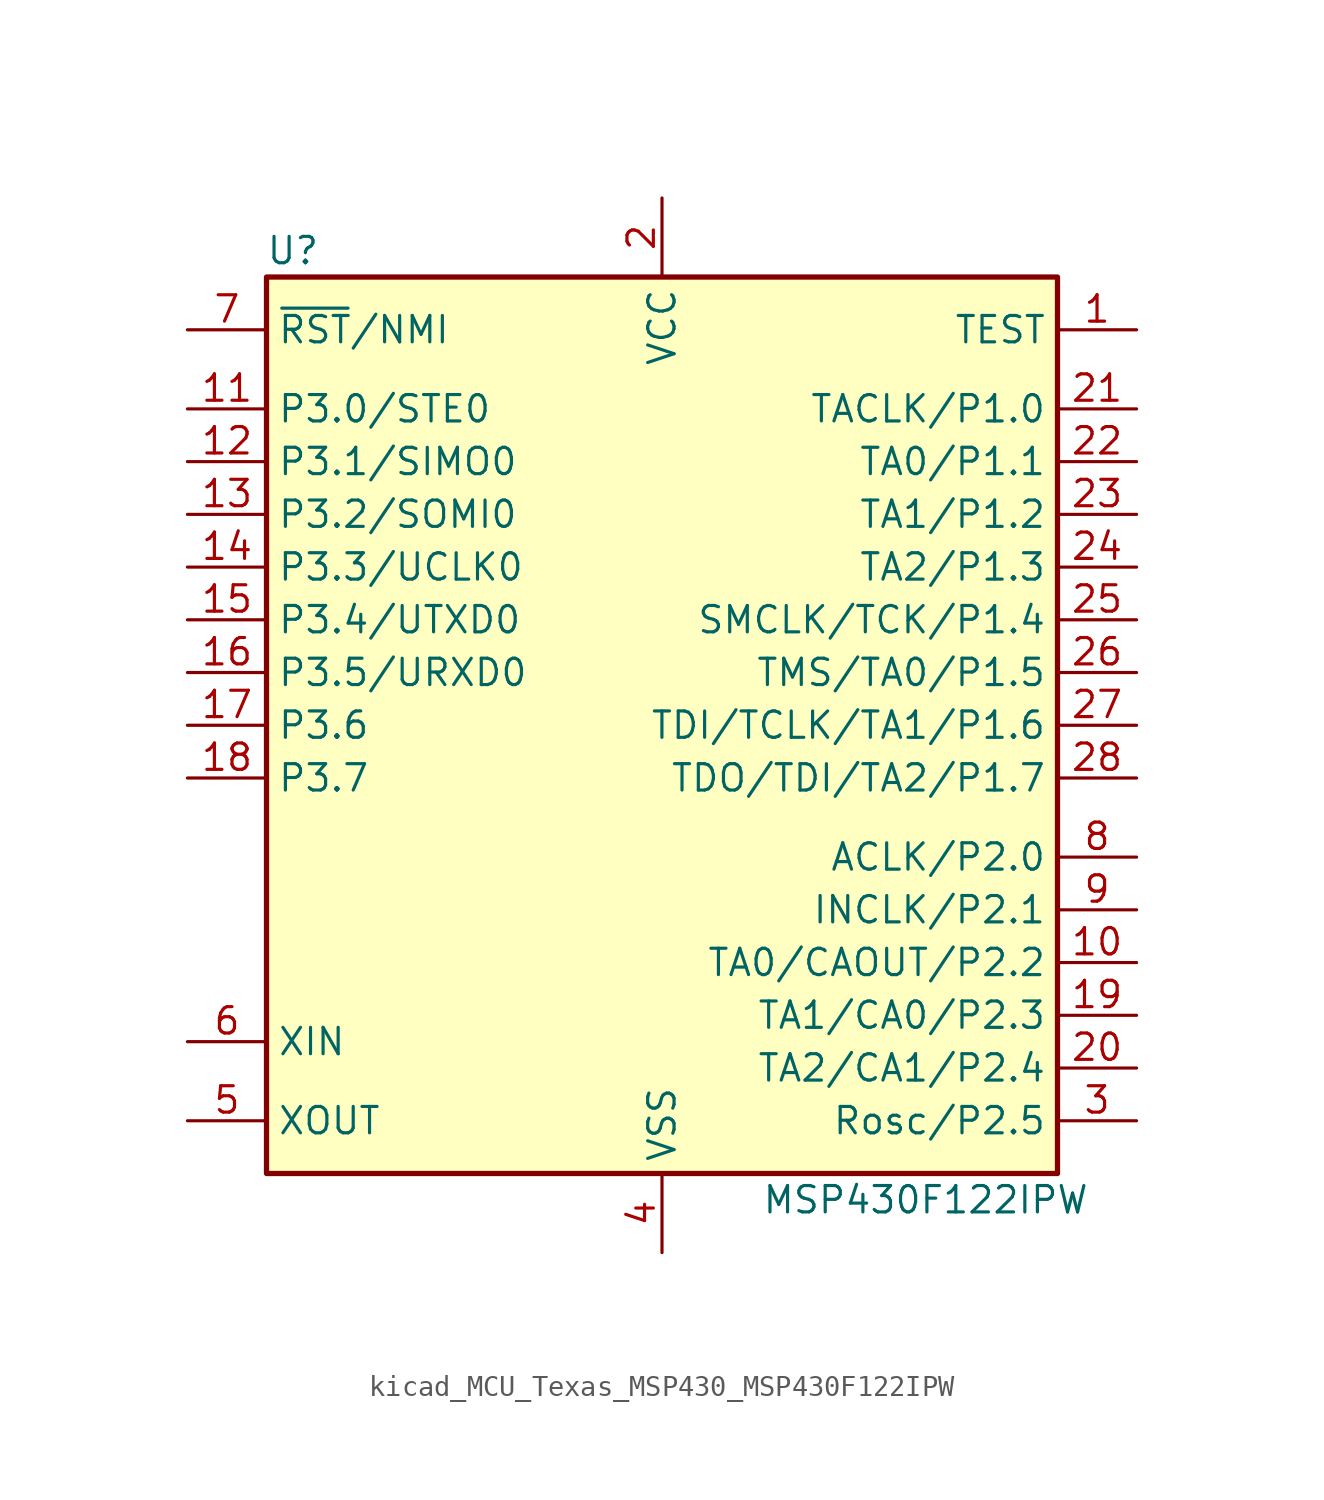
<source format=kicad_sym>
(kicad_symbol_lib
  (version 20220914)
  (generator kicad_symbol_editor)
  (symbol "kicad_MCU_Texas_MSP430_MSP430F122IPW"
    (property "Reference" "U"
      (at -17.78 22.86 0)
      (effects (font (size 1.27 1.27))))
    (property "Value" "MSP430F122IPW"
      (at 12.7 -22.86 0)
      (effects (font (size 1.27 1.27))))
    (symbol "kicad_MCU_Texas_MSP430_MSP430F122IPW_0_1"
      (rectangle (start -19.05 21.59) (end 19.05 -21.59) (stroke (width 0.254) (type default)) (fill (type background))))
    (symbol "kicad_MCU_Texas_MSP430_MSP430F122IPW_1_1"
      (pin input line (at 22.86 19.05 180) (length 3.81) (name "TEST" (effects (font (size 1.27 1.27)))) (number "1" (effects (font (size 1.27 1.27)))))
      (pin bidirectional line (at 22.86 -11.43 180) (length 3.81) (name "TA0/CAOUT/P2.2" (effects (font (size 1.27 1.27)))) (number "10" (effects (font (size 1.27 1.27)))))
      (pin bidirectional line (at -22.86 15.24 0) (length 3.81) (name "P3.0/STE0" (effects (font (size 1.27 1.27)))) (number "11" (effects (font (size 1.27 1.27)))))
      (pin bidirectional line (at -22.86 12.7 0) (length 3.81) (name "P3.1/SIMO0" (effects (font (size 1.27 1.27)))) (number "12" (effects (font (size 1.27 1.27)))))
      (pin bidirectional line (at -22.86 10.16 0) (length 3.81) (name "P3.2/SOMI0" (effects (font (size 1.27 1.27)))) (number "13" (effects (font (size 1.27 1.27)))))
      (pin bidirectional line (at -22.86 7.62 0) (length 3.81) (name "P3.3/UCLK0" (effects (font (size 1.27 1.27)))) (number "14" (effects (font (size 1.27 1.27)))))
      (pin bidirectional line (at -22.86 5.08 0) (length 3.81) (name "P3.4/UTXD0" (effects (font (size 1.27 1.27)))) (number "15" (effects (font (size 1.27 1.27)))))
      (pin bidirectional line (at -22.86 2.54 0) (length 3.81) (name "P3.5/URXD0" (effects (font (size 1.27 1.27)))) (number "16" (effects (font (size 1.27 1.27)))))
      (pin bidirectional line (at -22.86 0 0) (length 3.81) (name "P3.6" (effects (font (size 1.27 1.27)))) (number "17" (effects (font (size 1.27 1.27)))))
      (pin bidirectional line (at -22.86 -2.54 0) (length 3.81) (name "P3.7" (effects (font (size 1.27 1.27)))) (number "18" (effects (font (size 1.27 1.27)))))
      (pin bidirectional line (at 22.86 -13.97 180) (length 3.81) (name "TA1/CA0/P2.3" (effects (font (size 1.27 1.27)))) (number "19" (effects (font (size 1.27 1.27)))))
      (pin power_in line (at 0 25.4 270) (length 3.81) (name "VCC" (effects (font (size 1.27 1.27)))) (number "2" (effects (font (size 1.27 1.27)))))
      (pin bidirectional line (at 22.86 -16.51 180) (length 3.81) (name "TA2/CA1/P2.4" (effects (font (size 1.27 1.27)))) (number "20" (effects (font (size 1.27 1.27)))))
      (pin bidirectional line (at 22.86 15.24 180) (length 3.81) (name "TACLK/P1.0" (effects (font (size 1.27 1.27)))) (number "21" (effects (font (size 1.27 1.27)))))
      (pin bidirectional line (at 22.86 12.7 180) (length 3.81) (name "TA0/P1.1" (effects (font (size 1.27 1.27)))) (number "22" (effects (font (size 1.27 1.27)))))
      (pin bidirectional line (at 22.86 10.16 180) (length 3.81) (name "TA1/P1.2" (effects (font (size 1.27 1.27)))) (number "23" (effects (font (size 1.27 1.27)))))
      (pin bidirectional line (at 22.86 7.62 180) (length 3.81) (name "TA2/P1.3" (effects (font (size 1.27 1.27)))) (number "24" (effects (font (size 1.27 1.27)))))
      (pin bidirectional line (at 22.86 5.08 180) (length 3.81) (name "SMCLK/TCK/P1.4" (effects (font (size 1.27 1.27)))) (number "25" (effects (font (size 1.27 1.27)))))
      (pin bidirectional line (at 22.86 2.54 180) (length 3.81) (name "TMS/TA0/P1.5" (effects (font (size 1.27 1.27)))) (number "26" (effects (font (size 1.27 1.27)))))
      (pin bidirectional line (at 22.86 0 180) (length 3.81) (name "TDI/TCLK/TA1/P1.6" (effects (font (size 1.27 1.27)))) (number "27" (effects (font (size 1.27 1.27)))))
      (pin bidirectional line (at 22.86 -2.54 180) (length 3.81) (name "TDO/TDI/TA2/P1.7" (effects (font (size 1.27 1.27)))) (number "28" (effects (font (size 1.27 1.27)))))
      (pin bidirectional line (at 22.86 -19.05 180) (length 3.81) (name "Rosc/P2.5" (effects (font (size 1.27 1.27)))) (number "3" (effects (font (size 1.27 1.27)))))
      (pin power_in line (at 0 -25.4 90) (length 3.81) (name "VSS" (effects (font (size 1.27 1.27)))) (number "4" (effects (font (size 1.27 1.27)))))
      (pin output line (at -22.86 -19.05 0) (length 3.81) (name "XOUT" (effects (font (size 1.27 1.27)))) (number "5" (effects (font (size 1.27 1.27)))))
      (pin input line (at -22.86 -15.24 0) (length 3.81) (name "XIN" (effects (font (size 1.27 1.27)))) (number "6" (effects (font (size 1.27 1.27)))))
      (pin input line (at -22.86 19.05 0) (length 3.81) (name "~{RST}/NMI" (effects (font (size 1.27 1.27)))) (number "7" (effects (font (size 1.27 1.27)))))
      (pin bidirectional line (at 22.86 -6.35 180) (length 3.81) (name "ACLK/P2.0" (effects (font (size 1.27 1.27)))) (number "8" (effects (font (size 1.27 1.27)))))
      (pin bidirectional line (at 22.86 -8.89 180) (length 3.81) (name "INCLK/P2.1" (effects (font (size 1.27 1.27)))) (number "9" (effects (font (size 1.27 1.27))))))))
</source>
